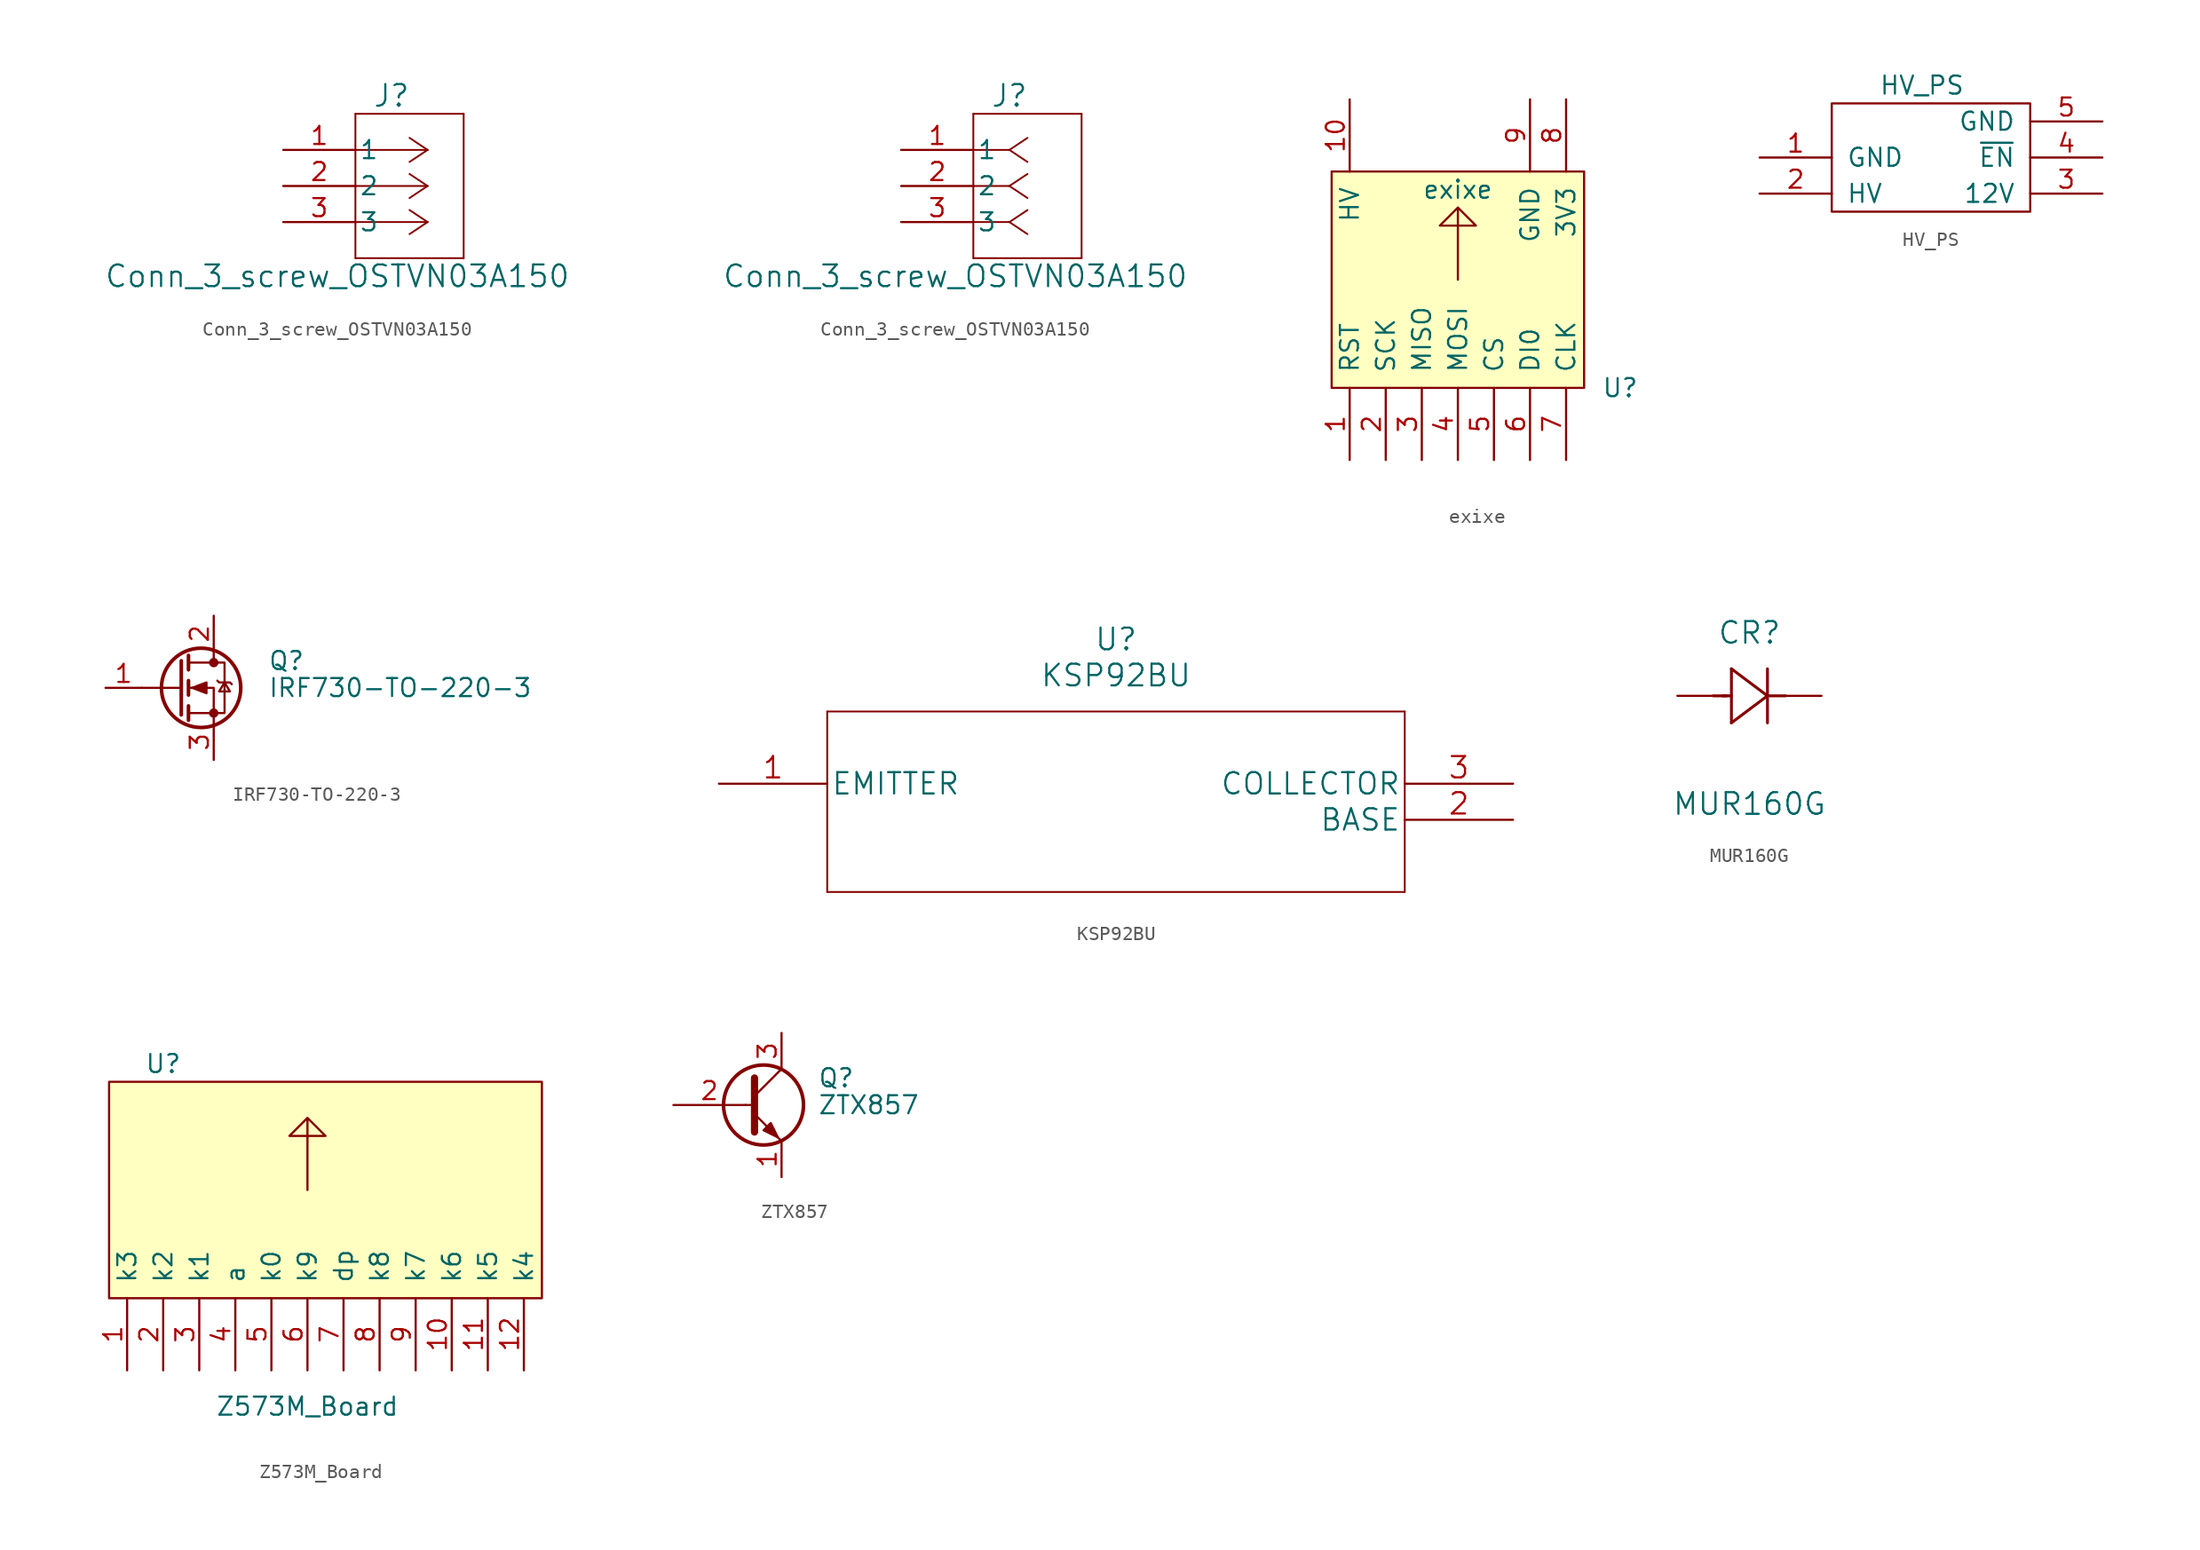
<source format=kicad_sym>
(kicad_symbol_lib
  (version 20220914)
  (generator kicad_symbol_editor)
  (symbol "Conn_3_screw_OSTVN03A150"
    (pin_names
      (offset 0.254))
    (property "Reference" "J"
      (at 7.62 3.81 0)
      (effects (font (size 1.524 1.524))))
    (property "Value" "Conn_3_screw_OSTVN03A150"
      (at 3.81 -8.89 0)
      (effects (font (size 1.524 1.524))))
    (property "ki_locked" ""
      (at 0 0 0)
      (effects (font (size 1.27 1.27))))
    (symbol "Conn_3_screw_OSTVN03A150_1_1"
      (polyline (pts (xy 5.08 -7.62) (xy 12.7 -7.62)) (stroke (width 0.127) (type default)) (fill (type none)))
      (polyline (pts (xy 5.08 2.54) (xy 5.08 -7.62)) (stroke (width 0.127) (type default)) (fill (type none)))
      (polyline (pts (xy 10.16 -5.08) (xy 5.08 -5.08)) (stroke (width 0.127) (type default)) (fill (type none)))
      (polyline (pts (xy 10.16 -5.08) (xy 8.89 -5.927)) (stroke (width 0.127) (type default)) (fill (type none)))
      (polyline (pts (xy 10.16 -5.08) (xy 8.89 -4.233)) (stroke (width 0.127) (type default)) (fill (type none)))
      (polyline (pts (xy 10.16 -2.54) (xy 5.08 -2.54)) (stroke (width 0.127) (type default)) (fill (type none)))
      (polyline (pts (xy 10.16 -2.54) (xy 8.89 -3.387)) (stroke (width 0.127) (type default)) (fill (type none)))
      (polyline (pts (xy 10.16 -2.54) (xy 8.89 -1.693)) (stroke (width 0.127) (type default)) (fill (type none)))
      (polyline (pts (xy 10.16 0) (xy 5.08 0)) (stroke (width 0.127) (type default)) (fill (type none)))
      (polyline (pts (xy 10.16 0) (xy 8.89 -0.847)) (stroke (width 0.127) (type default)) (fill (type none)))
      (polyline (pts (xy 10.16 0) (xy 8.89 0.847)) (stroke (width 0.127) (type default)) (fill (type none)))
      (polyline (pts (xy 12.7 -7.62) (xy 12.7 2.54)) (stroke (width 0.127) (type default)) (fill (type none)))
      (polyline (pts (xy 12.7 2.54) (xy 5.08 2.54)) (stroke (width 0.127) (type default)) (fill (type none)))
      (pin passive line (at 0 0 0) (length 5.08) (name "1" (effects (font (size 1.27 1.27)))) (number "1" (effects (font (size 1.27 1.27)))))
      (pin passive line (at 0 -2.54 0) (length 5.08) (name "2" (effects (font (size 1.27 1.27)))) (number "2" (effects (font (size 1.27 1.27)))))
      (pin passive line (at 0 -5.08 0) (length 5.08) (name "3" (effects (font (size 1.27 1.27)))) (number "3" (effects (font (size 1.27 1.27))))))
    (symbol "Conn_3_screw_OSTVN03A150_1_2"
      (polyline (pts (xy 5.08 -7.62) (xy 12.7 -7.62)) (stroke (width 0.127) (type default)) (fill (type none)))
      (polyline (pts (xy 5.08 2.54) (xy 5.08 -7.62)) (stroke (width 0.127) (type default)) (fill (type none)))
      (polyline (pts (xy 7.62 -5.08) (xy 5.08 -5.08)) (stroke (width 0.127) (type default)) (fill (type none)))
      (polyline (pts (xy 7.62 -5.08) (xy 8.89 -5.927)) (stroke (width 0.127) (type default)) (fill (type none)))
      (polyline (pts (xy 7.62 -5.08) (xy 8.89 -4.233)) (stroke (width 0.127) (type default)) (fill (type none)))
      (polyline (pts (xy 7.62 -2.54) (xy 5.08 -2.54)) (stroke (width 0.127) (type default)) (fill (type none)))
      (polyline (pts (xy 7.62 -2.54) (xy 8.89 -3.387)) (stroke (width 0.127) (type default)) (fill (type none)))
      (polyline (pts (xy 7.62 -2.54) (xy 8.89 -1.693)) (stroke (width 0.127) (type default)) (fill (type none)))
      (polyline (pts (xy 7.62 0) (xy 5.08 0)) (stroke (width 0.127) (type default)) (fill (type none)))
      (polyline (pts (xy 7.62 0) (xy 8.89 -0.847)) (stroke (width 0.127) (type default)) (fill (type none)))
      (polyline (pts (xy 7.62 0) (xy 8.89 0.847)) (stroke (width 0.127) (type default)) (fill (type none)))
      (polyline (pts (xy 12.7 -7.62) (xy 12.7 2.54)) (stroke (width 0.127) (type default)) (fill (type none)))
      (polyline (pts (xy 12.7 2.54) (xy 5.08 2.54)) (stroke (width 0.127) (type default)) (fill (type none)))
      (pin unspecified line (at 0 0 0) (length 5.08) (name "1" (effects (font (size 1.27 1.27)))) (number "1" (effects (font (size 1.27 1.27)))))
      (pin unspecified line (at 0 -2.54 0) (length 5.08) (name "2" (effects (font (size 1.27 1.27)))) (number "2" (effects (font (size 1.27 1.27)))))
      (pin unspecified line (at 0 -5.08 0) (length 5.08) (name "3" (effects (font (size 1.27 1.27)))) (number "3" (effects (font (size 1.27 1.27)))))))
  (symbol "exixe"
    (pin_names
      (offset 1.016))
    (property "Reference" "U"
      (at 11.43 -7.62 0)
      (effects (font (size 1.27 1.27))))
    (property "Value" "exixe"
      (at 0 6.35 0)
      (effects (font (size 1.27 1.27))))
    (symbol "exixe_0_0"
      (polyline (pts (xy 0 0) (xy 0 5.08) (xy 1.27 3.81) (xy 0 5.08) (xy -1.27 3.81) (xy 1.27 3.81)) (stroke (width 0) (type default)) (fill (type none))))
    (symbol "exixe_0_1"
      (rectangle (start 8.89 -7.62) (end -8.89 7.62) (stroke (width 0) (type default)) (fill (type background))))
    (symbol "exixe_1_1"
      (pin input line (at -7.62 -12.7 90) (length 5.08) (name "RST" (effects (font (size 1.27 1.27)))) (number "1" (effects (font (size 1.27 1.27)))))
      (pin power_in line (at -7.62 12.7 270) (length 5.08) (name "HV" (effects (font (size 1.27 1.27)))) (number "10" (effects (font (size 1.27 1.27)))))
      (pin input line (at -5.08 -12.7 90) (length 5.08) (name "SCK" (effects (font (size 1.27 1.27)))) (number "2" (effects (font (size 1.27 1.27)))))
      (pin tri_state line (at -2.54 -12.7 90) (length 5.08) (name "MISO" (effects (font (size 1.27 1.27)))) (number "3" (effects (font (size 1.27 1.27)))))
      (pin input line (at 0 -12.7 90) (length 5.08) (name "MOSI" (effects (font (size 1.27 1.27)))) (number "4" (effects (font (size 1.27 1.27)))))
      (pin input line (at 2.54 -12.7 90) (length 5.08) (name "CS" (effects (font (size 1.27 1.27)))) (number "5" (effects (font (size 1.27 1.27)))))
      (pin input line (at 5.08 -12.7 90) (length 5.08) (name "DI0" (effects (font (size 1.27 1.27)))) (number "6" (effects (font (size 1.27 1.27)))))
      (pin input line (at 7.62 -12.7 90) (length 5.08) (name "CLK" (effects (font (size 1.27 1.27)))) (number "7" (effects (font (size 1.27 1.27)))))
      (pin power_in line (at 7.62 12.7 270) (length 5.08) (name "3V3" (effects (font (size 1.27 1.27)))) (number "8" (effects (font (size 1.27 1.27)))))
      (pin power_in line (at 5.08 12.7 270) (length 5.08) (name "GND" (effects (font (size 1.27 1.27)))) (number "9" (effects (font (size 1.27 1.27)))))))
  (symbol "HV_PS"
    (pin_names
      (offset 1.016))
    (property "Reference" "U"
      (at -8.89 5.08 0)
      (effects (font (size 1.27 1.27)) hide))
    (property "Value" "HV_PS"
      (at -1.27 5.08 0)
      (effects (font (size 1.27 1.27))))
    (symbol "HV_PS_0_1"
      (rectangle (start -7.62 -3.81) (end 6.35 3.81) (stroke (width 0) (type default)) (fill (type none))))
    (symbol "HV_PS_1_1"
      (pin power_in line (at -12.7 0 0) (length 5.08) (name "GND" (effects (font (size 1.27 1.27)))) (number "1" (effects (font (size 1.27 1.27)))))
      (pin power_out line (at -12.7 -2.54 0) (length 5.08) (name "HV" (effects (font (size 1.27 1.27)))) (number "2" (effects (font (size 1.27 1.27)))))
      (pin power_in line (at 11.43 -2.54 180) (length 5.08) (name "12V" (effects (font (size 1.27 1.27)))) (number "3" (effects (font (size 1.27 1.27)))))
      (pin input line (at 11.43 0 180) (length 5.08) (name "~{EN}" (effects (font (size 1.27 1.27)))) (number "4" (effects (font (size 1.27 1.27)))))
      (pin power_in line (at 11.43 2.54 180) (length 5.08) (name "GND" (effects (font (size 1.27 1.27)))) (number "5" (effects (font (size 1.27 1.27)))))))
  (symbol "IRF730-TO-220-3"
    (pin_names hide)
    (property "Reference" "Q"
      (at 6.35 1.905 0)
      (effects (font (size 1.27 1.27)) (justify left)))
    (property "Value" "IRF730-TO-220-3"
      (at 6.35 0 0)
      (effects (font (size 1.27 1.27)) (justify left)))
    (symbol "IRF730-TO-220-3_0_1"
      (polyline (pts (xy 0.254 0) (xy -2.54 0)) (stroke (width 0) (type default)) (fill (type none)))
      (polyline (pts (xy 0.254 1.905) (xy 0.254 -1.905)) (stroke (width 0.254) (type default)) (fill (type none)))
      (polyline (pts (xy 0.762 -1.27) (xy 0.762 -2.286)) (stroke (width 0.254) (type default)) (fill (type none)))
      (polyline (pts (xy 0.762 0.508) (xy 0.762 -0.508)) (stroke (width 0.254) (type default)) (fill (type none)))
      (polyline (pts (xy 0.762 2.286) (xy 0.762 1.27)) (stroke (width 0.254) (type default)) (fill (type none)))
      (polyline (pts (xy 2.54 2.54) (xy 2.54 1.778)) (stroke (width 0) (type default)) (fill (type none)))
      (polyline (pts (xy 2.54 -2.54) (xy 2.54 0) (xy 0.762 0)) (stroke (width 0) (type default)) (fill (type none)))
      (polyline (pts (xy 0.762 -1.778) (xy 3.302 -1.778) (xy 3.302 1.778) (xy 0.762 1.778)) (stroke (width 0) (type default)) (fill (type none)))
      (polyline (pts (xy 1.016 0) (xy 2.032 0.381) (xy 2.032 -0.381) (xy 1.016 0)) (stroke (width 0) (type default)) (fill (type outline)))
      (polyline (pts (xy 2.794 0.508) (xy 2.921 0.381) (xy 3.683 0.381) (xy 3.81 0.254)) (stroke (width 0) (type default)) (fill (type none)))
      (polyline (pts (xy 3.302 0.381) (xy 2.921 -0.254) (xy 3.683 -0.254) (xy 3.302 0.381)) (stroke (width 0) (type default)) (fill (type none)))
      (circle (center 1.651 0) (radius 2.794) (stroke (width 0.254) (type default)) (fill (type none)))
      (circle (center 2.54 -1.778) (radius 0.254) (stroke (width 0) (type default)) (fill (type outline)))
      (circle (center 2.54 1.778) (radius 0.254) (stroke (width 0) (type default)) (fill (type outline))))
    (symbol "IRF730-TO-220-3_1_1"
      (pin input line (at -5.08 0 0) (length 2.54) (name "G" (effects (font (size 1.27 1.27)))) (number "1" (effects (font (size 1.27 1.27)))))
      (pin passive line (at 2.54 5.08 270) (length 2.54) (name "D" (effects (font (size 1.27 1.27)))) (number "2" (effects (font (size 1.27 1.27)))))
      (pin passive line (at 2.54 -5.08 90) (length 2.54) (name "S" (effects (font (size 1.27 1.27)))) (number "3" (effects (font (size 1.27 1.27)))))))
  (symbol "KSP92BU"
    (pin_names
      (offset 0.254))
    (property "Reference" "U"
      (at 27.94 10.16 0)
      (effects (font (size 1.524 1.524))))
    (property "Value" "KSP92BU"
      (at 27.94 7.62 0)
      (effects (font (size 1.524 1.524))))
    (property "Datasheet" ""
      (at 0 0 0)
      (effects (font (size 1.524 1.524))))
    (property "ki_locked" ""
      (at 0 0 0)
      (effects (font (size 1.27 1.27))))
    (symbol "KSP92BU_1_1"
      (polyline (pts (xy 7.62 -7.62) (xy 48.26 -7.62)) (stroke (width 0.127) (type default)) (fill (type none)))
      (polyline (pts (xy 7.62 5.08) (xy 7.62 -7.62)) (stroke (width 0.127) (type default)) (fill (type none)))
      (polyline (pts (xy 48.26 -7.62) (xy 48.26 5.08)) (stroke (width 0.127) (type default)) (fill (type none)))
      (polyline (pts (xy 48.26 5.08) (xy 7.62 5.08)) (stroke (width 0.127) (type default)) (fill (type none)))
      (pin unspecified line (at 0 0 0) (length 7.62) (name "EMITTER" (effects (font (size 1.499 1.499)))) (number "1" (effects (font (size 1.499 1.499)))))
      (pin unspecified line (at 55.88 -2.54 180) (length 7.62) (name "BASE" (effects (font (size 1.499 1.499)))) (number "2" (effects (font (size 1.499 1.499)))))
      (pin unspecified line (at 55.88 0 180) (length 7.62) (name "COLLECTOR" (effects (font (size 1.499 1.499)))) (number "3" (effects (font (size 1.499 1.499)))))))
  (symbol "MUR160G"
    (pin_numbers hide)
    (pin_names
      (offset -1.651) hide)
    (property "Reference" "CR"
      (at 5.08 4.445 0)
      (effects (font (size 1.524 1.524))))
    (property "Value" "MUR160G"
      (at 5.08 -7.62 0)
      (effects (font (size 1.524 1.524))))
    (property "Datasheet" ""
      (at 0 0 0)
      (effects (font (size 1.524 1.524))))
    (property "ki_locked" ""
      (at 0 0 0)
      (effects (font (size 1.27 1.27))))
    (symbol "MUR160G_1_1"
      (polyline (pts (xy 2.54 0) (xy 3.48 0)) (stroke (width 0.203) (type default)) (fill (type none)))
      (polyline (pts (xy 3.175 0) (xy 3.81 0)) (stroke (width 0.203) (type default)) (fill (type none)))
      (polyline (pts (xy 3.81 -1.905) (xy 6.35 0)) (stroke (width 0.203) (type default)) (fill (type none)))
      (polyline (pts (xy 3.81 1.905) (xy 3.81 -1.905)) (stroke (width 0.203) (type default)) (fill (type none)))
      (polyline (pts (xy 6.35 -1.905) (xy 6.35 1.905)) (stroke (width 0.203) (type default)) (fill (type none)))
      (polyline (pts (xy 6.35 0) (xy 3.81 1.905)) (stroke (width 0.203) (type default)) (fill (type none)))
      (polyline (pts (xy 6.35 0) (xy 7.62 0)) (stroke (width 0.203) (type default)) (fill (type none)))
      (pin passive line (at 10.16 0 180) (length 2.54) (name "1" (effects (font (size 1.499 1.499)))) (number "1" (effects (font (size 1.499 1.499)))))
      (pin passive line (at 0 0 0) (length 2.54) (name "2" (effects (font (size 1.499 1.499)))) (number "2" (effects (font (size 1.499 1.499)))))))
  (symbol "Z573M_Board"
    (pin_names
      (offset 1.016))
    (property "Reference" "U"
      (at -10.16 8.89 0)
      (effects (font (size 1.27 1.27))))
    (property "Value" "Z573M_Board"
      (at 0 -15.24 0)
      (effects (font (size 1.27 1.27))))
    (symbol "Z573M_Board_0_0"
      (polyline (pts (xy 0 0) (xy 0 5.08) (xy 1.27 3.81) (xy 0 5.08) (xy -1.27 3.81) (xy 1.27 3.81)) (stroke (width 0) (type default)) (fill (type none))))
    (symbol "Z573M_Board_0_1"
      (rectangle (start -13.97 7.62) (end 16.51 -7.62) (stroke (width 0) (type default)) (fill (type background))))
    (symbol "Z573M_Board_1_1"
      (pin bidirectional line (at -12.7 -12.7 90) (length 5.08) (name "k3" (effects (font (size 1.27 1.27)))) (number "1" (effects (font (size 1.27 1.27)))))
      (pin bidirectional line (at 10.16 -12.7 90) (length 5.08) (name "k6" (effects (font (size 1.27 1.27)))) (number "10" (effects (font (size 1.27 1.27)))))
      (pin bidirectional line (at 12.7 -12.7 90) (length 5.08) (name "k5" (effects (font (size 1.27 1.27)))) (number "11" (effects (font (size 1.27 1.27)))))
      (pin bidirectional line (at 15.24 -12.7 90) (length 5.08) (name "k4" (effects (font (size 1.27 1.27)))) (number "12" (effects (font (size 1.27 1.27)))))
      (pin bidirectional line (at -10.16 -12.7 90) (length 5.08) (name "k2" (effects (font (size 1.27 1.27)))) (number "2" (effects (font (size 1.27 1.27)))))
      (pin bidirectional line (at -7.62 -12.7 90) (length 5.08) (name "k1" (effects (font (size 1.27 1.27)))) (number "3" (effects (font (size 1.27 1.27)))))
      (pin input line (at -5.08 -12.7 90) (length 5.08) (name "a" (effects (font (size 1.27 1.27)))) (number "4" (effects (font (size 1.27 1.27)))))
      (pin bidirectional line (at -2.54 -12.7 90) (length 5.08) (name "k0" (effects (font (size 1.27 1.27)))) (number "5" (effects (font (size 1.27 1.27)))))
      (pin bidirectional line (at 0 -12.7 90) (length 5.08) (name "k9" (effects (font (size 1.27 1.27)))) (number "6" (effects (font (size 1.27 1.27)))))
      (pin bidirectional line (at 2.54 -12.7 90) (length 5.08) (name "dp" (effects (font (size 1.27 1.27)))) (number "7" (effects (font (size 1.27 1.27)))))
      (pin bidirectional line (at 5.08 -12.7 90) (length 5.08) (name "k8" (effects (font (size 1.27 1.27)))) (number "8" (effects (font (size 1.27 1.27)))))
      (pin bidirectional line (at 7.62 -12.7 90) (length 5.08) (name "k7" (effects (font (size 1.27 1.27)))) (number "9" (effects (font (size 1.27 1.27)))))))
  (symbol "ZTX857"
    (pin_names
      (offset 1.016) hide)
    (property "Reference" "Q"
      (at 5.08 1.905 0)
      (effects (font (size 1.27 1.27)) (justify left)))
    (property "Value" "ZTX857"
      (at 5.08 0 0)
      (effects (font (size 1.27 1.27)) (justify left)))
    (symbol "ZTX857_0_1"
      (polyline (pts (xy 0 0) (xy 0.635 0)) (stroke (width 0) (type default)) (fill (type none)))
      (polyline (pts (xy 0.635 0.635) (xy 2.54 2.54)) (stroke (width 0) (type default)) (fill (type none)))
      (polyline (pts (xy 0.635 -0.635) (xy 2.54 -2.54) (xy 2.54 -2.54)) (stroke (width 0) (type default)) (fill (type none)))
      (polyline (pts (xy 0.635 1.905) (xy 0.635 -1.905) (xy 0.635 -1.905)) (stroke (width 0.508) (type default)) (fill (type none)))
      (polyline (pts (xy 1.27 -1.778) (xy 1.778 -1.27) (xy 2.286 -2.286) (xy 1.27 -1.778) (xy 1.27 -1.778)) (stroke (width 0) (type default)) (fill (type outline)))
      (circle (center 1.27 0) (radius 2.819) (stroke (width 0.254) (type default)) (fill (type none))))
    (symbol "ZTX857_1_1"
      (pin passive line (at 2.54 -5.08 90) (length 2.54) (name "E" (effects (font (size 1.27 1.27)))) (number "1" (effects (font (size 1.27 1.27)))))
      (pin input line (at -5.08 0 0) (length 5.08) (name "B" (effects (font (size 1.27 1.27)))) (number "2" (effects (font (size 1.27 1.27)))))
      (pin passive line (at 2.54 5.08 270) (length 2.54) (name "C" (effects (font (size 1.27 1.27)))) (number "3" (effects (font (size 1.27 1.27))))))))
</source>
